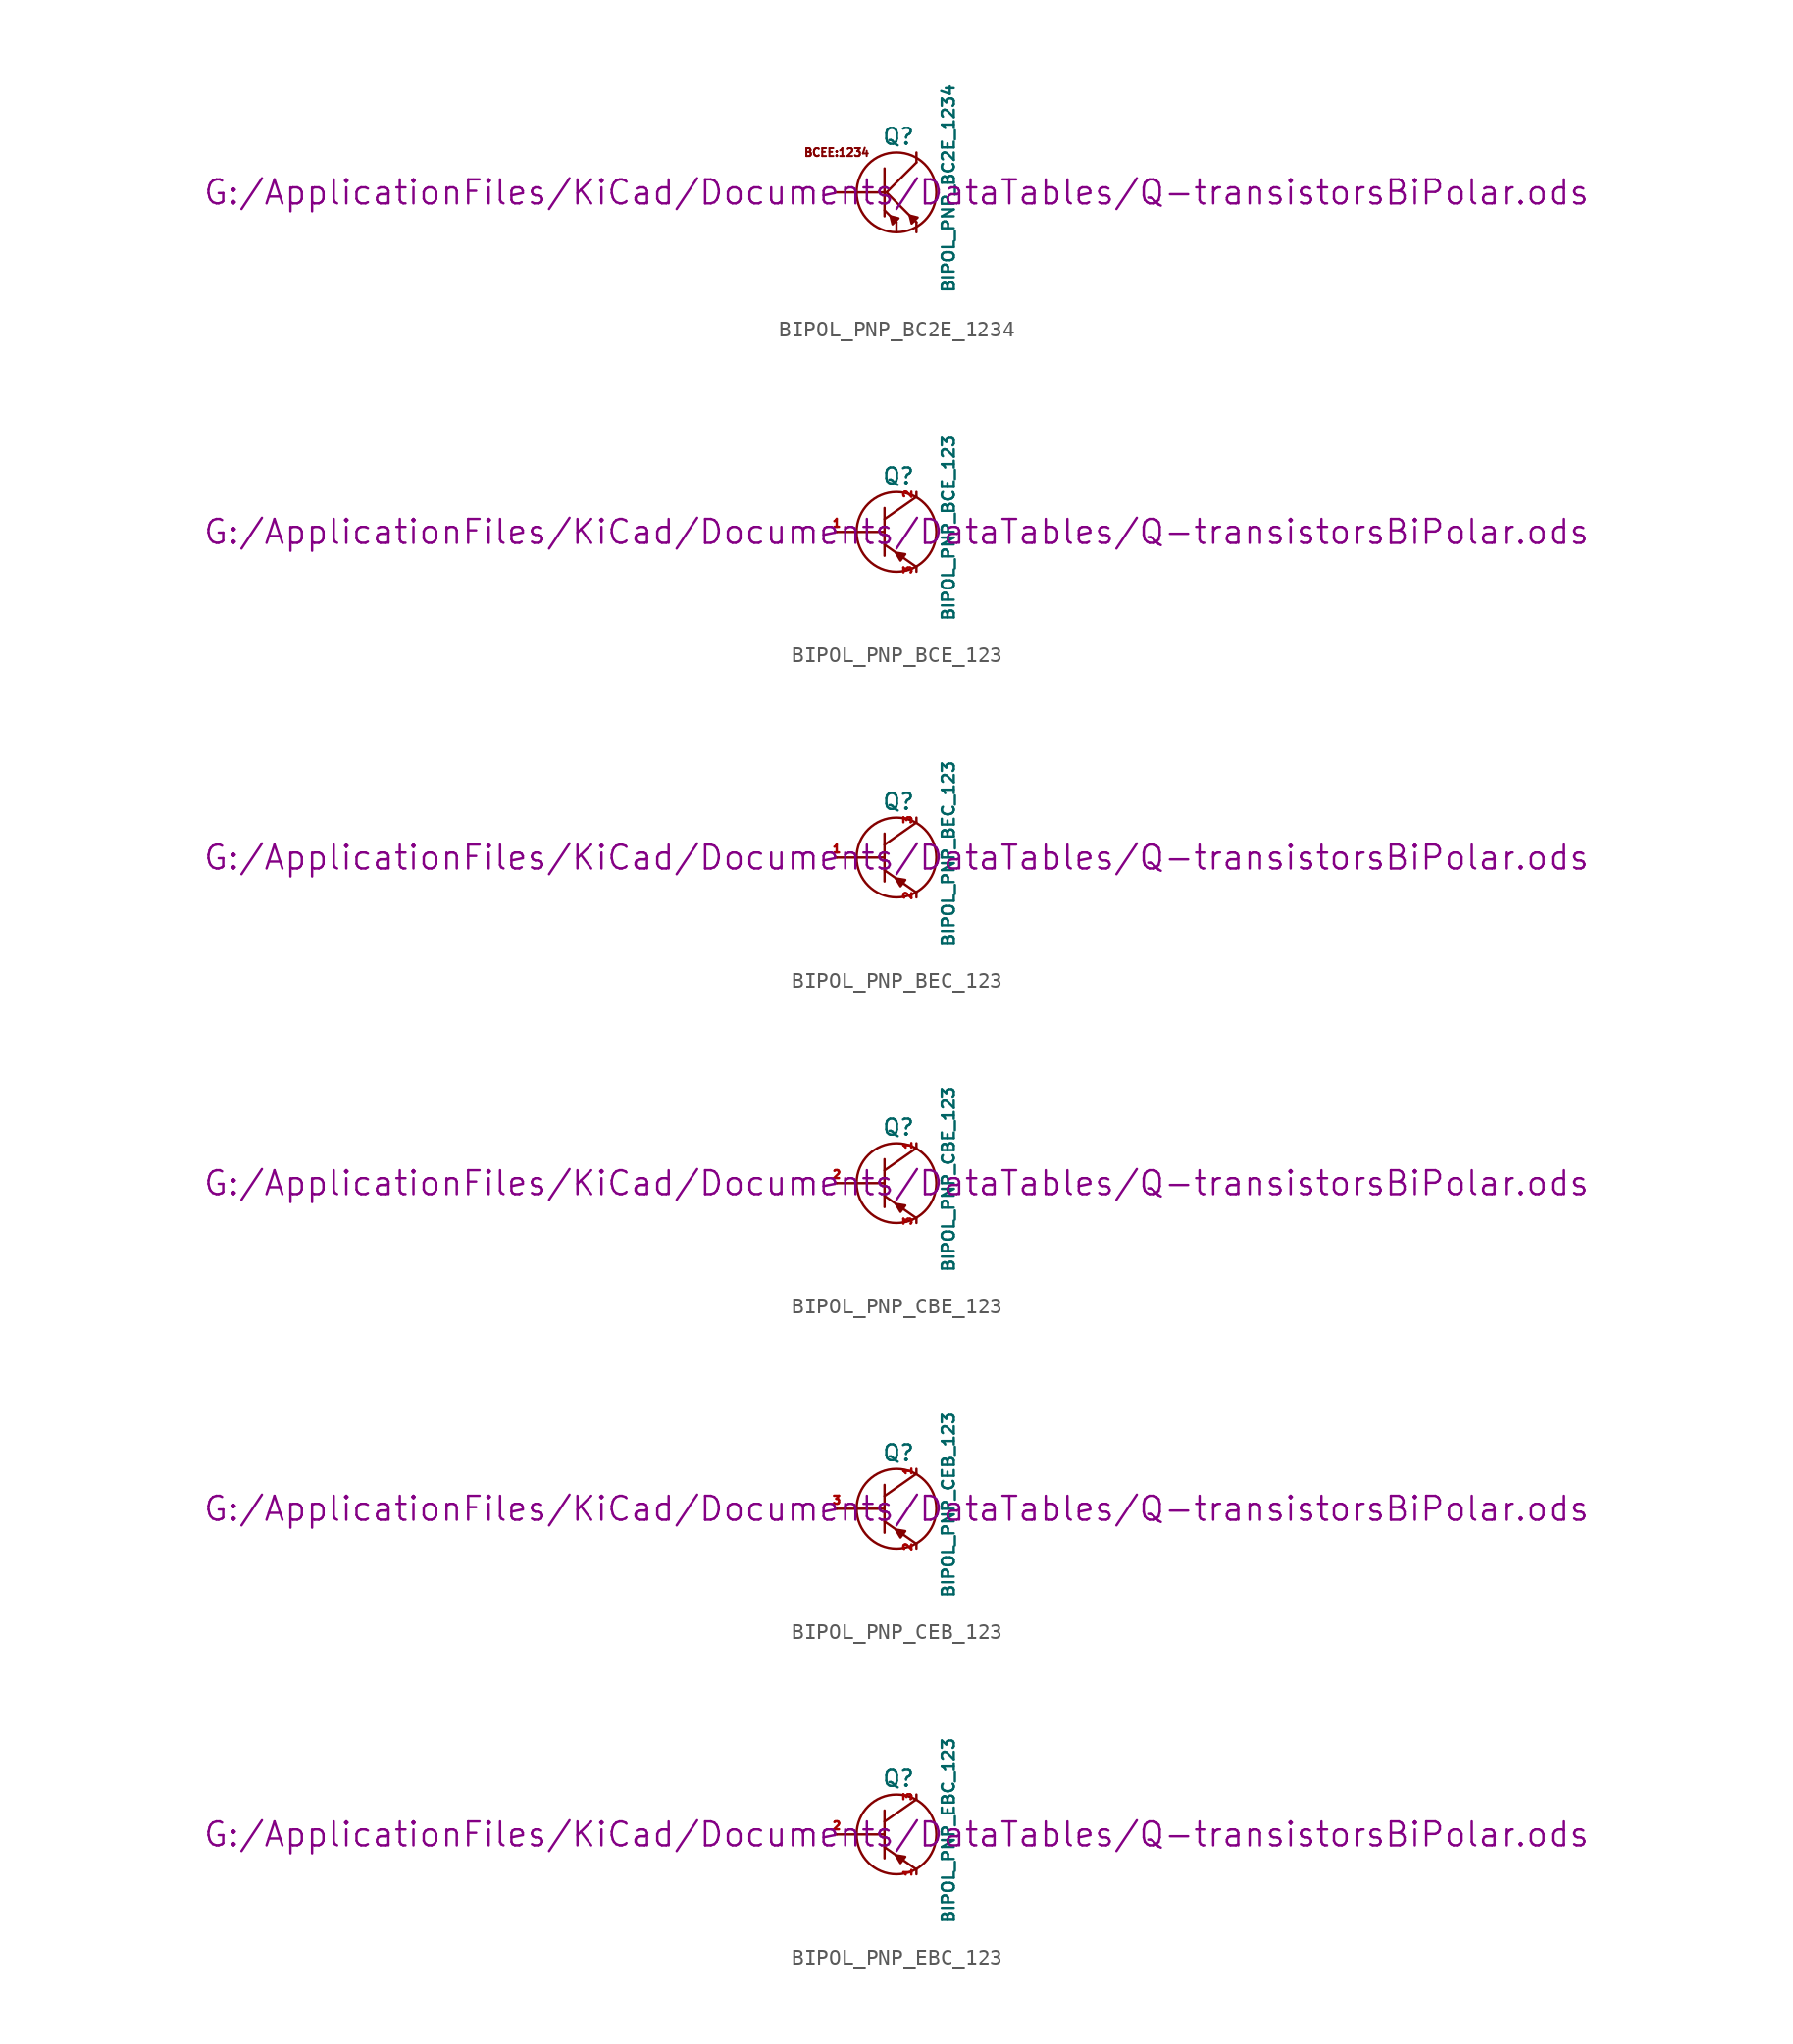
<source format=kicad_sym>
(kicad_symbol_lib
  (version 20211014)
  (generator kicad_symbol_editor)
  (symbol "BIPOL_PNP_BC2E_1234"
    (pin_numbers hide)
    (pin_names
      (offset 0) hide)
    (property "Reference" "Q"
      (at 0.127 3.556 0)
      (effects (font (size 1.016 1.016))))
    (property "Value" "BIPOL_PNP_BC2E_1234"
      (at 3.302 0.254 90)
      (effects (font (size 0.762 0.762))))
    (property "Footprint" ""
      (at 0 0 0)
      (effects (font (size 1.524 1.524))))
    (property "Datasheet" "G:/ApplicationFiles/KiCad/Documents/DataTables/Q-transistorsBiPolar.ods"
      (at 0 0 0)
      (effects (font (size 1.524 1.524))))
    (symbol "BIPOL_PNP_BC2E_1234_0_0"
      (text "BCEE:1234" (at -3.81 2.54 0) (effects (font (size 0.508 0.508)))))
    (symbol "BIPOL_PNP_BC2E_1234_0_1"
      (polyline (pts (xy -0.762 1.524) (xy -0.762 -1.524)) (stroke (width 0) (type default) (color 0 0 0 0)) (fill (type none)))
      (polyline (pts (xy -0.635 0) (xy 1.27 -1.905)) (stroke (width 0) (type default) (color 0 0 0 0)) (fill (type none)))
      (polyline (pts (xy 0 -1.905) (xy -0.762 -1.143)) (stroke (width 0) (type default) (color 0 0 0 0)) (fill (type none)))
      (polyline (pts (xy 1.27 1.905) (xy -0.635 0)) (stroke (width 0) (type default) (color 0 0 0 0)) (fill (type none)))
      (polyline (pts (xy -0.381 -1.524) (xy -0.254 -2.032) (xy 0.127 -1.651) (xy -0.381 -1.524)) (stroke (width 0) (type default) (color 0 0 0 0)) (fill (type outline)))
      (polyline (pts (xy 0.838 -1.473) (xy 0.965 -1.981) (xy 1.346 -1.6) (xy 0.838 -1.473)) (stroke (width 0) (type default) (color 0 0 0 0)) (fill (type outline)))
      (circle (center 0 0) (radius 2.54) (stroke (width 0) (type default) (color 0 0 0 0)) (fill (type none))))
    (symbol "BIPOL_PNP_BC2E_1234_1_1"
      (pin passive line (at -3.81 0 0) (length 3.175) (name "B" (effects (font (size 0.635 0.635)))) (number "1" (effects (font (size 0.635 0.635)))))
      (pin passive line (at 1.27 2.54 270) (length 0.635) (name "C" (effects (font (size 0.635 0.635)))) (number "2" (effects (font (size 0.635 0.635)))))
      (pin passive line (at 0 -2.54 90) (length 0.635) (name "E1" (effects (font (size 0.635 0.635)))) (number "3" (effects (font (size 0.635 0.635)))))
      (pin passive line (at 1.27 -2.54 90) (length 0.635) (name "E2" (effects (font (size 0.635 0.635)))) (number "4" (effects (font (size 0.635 0.635)))))))
  (symbol "BIPOL_PNP_BCE_123"
    (pin_names
      (offset 0) hide)
    (property "Reference" "Q"
      (at 0.127 3.556 0)
      (effects (font (size 1.016 1.016))))
    (property "Value" "BIPOL_PNP_BCE_123"
      (at 3.302 0.254 90)
      (effects (font (size 0.762 0.762))))
    (property "Footprint" ""
      (at 0 0 0)
      (effects (font (size 1.524 1.524))))
    (property "Datasheet" "G:/ApplicationFiles/KiCad/Documents/DataTables/Q-transistorsBiPolar.ods"
      (at 0 0 0)
      (effects (font (size 1.524 1.524))))
    (symbol "BIPOL_PNP_BCE_123_0_1"
      (polyline (pts (xy -3.81 0) (xy -0.762 0)) (stroke (width 0) (type default) (color 0 0 0 0)) (fill (type none)))
      (polyline (pts (xy -0.762 -0.813) (xy 1.27 -2.235)) (stroke (width 0) (type default) (color 0 0 0 0)) (fill (type none)))
      (polyline (pts (xy -0.762 0.813) (xy 1.27 2.235)) (stroke (width 0) (type default) (color 0 0 0 0)) (fill (type none)))
      (polyline (pts (xy -0.762 1.524) (xy -0.762 -1.524)) (stroke (width 0) (type default) (color 0 0 0 0)) (fill (type none)))
      (polyline (pts (xy -0.051 -1.321) (xy 0.254 -1.829) (xy 0.559 -1.422) (xy -0.051 -1.321)) (stroke (width 0) (type default) (color 0 0 0 0)) (fill (type outline)))
      (circle (center 0 0) (radius 2.54) (stroke (width 0) (type default) (color 0 0 0 0)) (fill (type none))))
    (symbol "BIPOL_PNP_BCE_123_1_1"
      (pin passive line (at -3.81 0 0) (length 0) (name "B" (effects (font (size 0.508 0.508)))) (number "1" (effects (font (size 0.508 0.508)))))
      (pin passive line (at 1.27 2.54 270) (length 0.254) (name "C" (effects (font (size 0.635 0.635)))) (number "2" (effects (font (size 0.508 0.508)))))
      (pin passive line (at 1.27 -2.54 90) (length 0.254) (name "E" (effects (font (size 0.635 0.635)))) (number "3" (effects (font (size 0.508 0.508)))))))
  (symbol "BIPOL_PNP_BEC_123"
    (pin_names
      (offset 0) hide)
    (property "Reference" "Q"
      (at 0.127 3.556 0)
      (effects (font (size 1.016 1.016))))
    (property "Value" "BIPOL_PNP_BEC_123"
      (at 3.302 0.254 90)
      (effects (font (size 0.762 0.762))))
    (property "Footprint" ""
      (at 0 0 0)
      (effects (font (size 1.524 1.524))))
    (property "Datasheet" "G:/ApplicationFiles/KiCad/Documents/DataTables/Q-transistorsBiPolar.ods"
      (at 0 0 0)
      (effects (font (size 1.524 1.524))))
    (symbol "BIPOL_PNP_BEC_123_0_1"
      (polyline (pts (xy -3.81 0) (xy -0.762 0)) (stroke (width 0) (type default) (color 0 0 0 0)) (fill (type none)))
      (polyline (pts (xy -0.762 -0.813) (xy 1.27 -2.235)) (stroke (width 0) (type default) (color 0 0 0 0)) (fill (type none)))
      (polyline (pts (xy -0.762 0.813) (xy 1.27 2.235)) (stroke (width 0) (type default) (color 0 0 0 0)) (fill (type none)))
      (polyline (pts (xy -0.762 1.524) (xy -0.762 -1.524)) (stroke (width 0) (type default) (color 0 0 0 0)) (fill (type none)))
      (polyline (pts (xy -0.051 -1.321) (xy 0.254 -1.829) (xy 0.559 -1.422) (xy -0.051 -1.321)) (stroke (width 0) (type default) (color 0 0 0 0)) (fill (type outline)))
      (circle (center 0 0) (radius 2.54) (stroke (width 0) (type default) (color 0 0 0 0)) (fill (type none))))
    (symbol "BIPOL_PNP_BEC_123_1_1"
      (pin passive line (at -3.81 0 0) (length 0) (name "B" (effects (font (size 0.508 0.508)))) (number "1" (effects (font (size 0.508 0.508)))))
      (pin passive line (at 1.27 -2.54 90) (length 0.254) (name "E" (effects (font (size 0.635 0.635)))) (number "2" (effects (font (size 0.508 0.508)))))
      (pin passive line (at 1.27 2.54 270) (length 0.254) (name "C" (effects (font (size 0.635 0.635)))) (number "3" (effects (font (size 0.508 0.508)))))))
  (symbol "BIPOL_PNP_CBE_123"
    (pin_names
      (offset 0) hide)
    (property "Reference" "Q"
      (at 0.127 3.556 0)
      (effects (font (size 1.016 1.016))))
    (property "Value" "BIPOL_PNP_CBE_123"
      (at 3.302 0.254 90)
      (effects (font (size 0.762 0.762))))
    (property "Footprint" ""
      (at 0 0 0)
      (effects (font (size 1.524 1.524))))
    (property "Datasheet" "G:/ApplicationFiles/KiCad/Documents/DataTables/Q-transistorsBiPolar.ods"
      (at 0 0 0)
      (effects (font (size 1.524 1.524))))
    (symbol "BIPOL_PNP_CBE_123_0_1"
      (polyline (pts (xy -3.81 0) (xy -0.762 0)) (stroke (width 0) (type default) (color 0 0 0 0)) (fill (type none)))
      (polyline (pts (xy -0.762 -0.813) (xy 1.27 -2.235)) (stroke (width 0) (type default) (color 0 0 0 0)) (fill (type none)))
      (polyline (pts (xy -0.762 0.813) (xy 1.27 2.235)) (stroke (width 0) (type default) (color 0 0 0 0)) (fill (type none)))
      (polyline (pts (xy -0.762 1.524) (xy -0.762 -1.524)) (stroke (width 0) (type default) (color 0 0 0 0)) (fill (type none)))
      (polyline (pts (xy -0.051 -1.321) (xy 0.254 -1.829) (xy 0.559 -1.422) (xy -0.051 -1.321)) (stroke (width 0) (type default) (color 0 0 0 0)) (fill (type outline)))
      (circle (center 0 0) (radius 2.54) (stroke (width 0) (type default) (color 0 0 0 0)) (fill (type none))))
    (symbol "BIPOL_PNP_CBE_123_1_1"
      (pin passive line (at 1.27 2.54 270) (length 0.254) (name "C" (effects (font (size 0.635 0.635)))) (number "1" (effects (font (size 0.508 0.508)))))
      (pin passive line (at -3.81 0 0) (length 0) (name "B" (effects (font (size 0.508 0.508)))) (number "2" (effects (font (size 0.508 0.508)))))
      (pin passive line (at 1.27 -2.54 90) (length 0.254) (name "E" (effects (font (size 0.635 0.635)))) (number "3" (effects (font (size 0.508 0.508)))))))
  (symbol "BIPOL_PNP_CEB_123"
    (pin_names
      (offset 0) hide)
    (property "Reference" "Q"
      (at 0.127 3.556 0)
      (effects (font (size 1.016 1.016))))
    (property "Value" "BIPOL_PNP_CEB_123"
      (at 3.302 0.254 90)
      (effects (font (size 0.762 0.762))))
    (property "Footprint" ""
      (at 0 0 0)
      (effects (font (size 1.524 1.524))))
    (property "Datasheet" "G:/ApplicationFiles/KiCad/Documents/DataTables/Q-transistorsBiPolar.ods"
      (at 0 0 0)
      (effects (font (size 1.524 1.524))))
    (symbol "BIPOL_PNP_CEB_123_0_1"
      (polyline (pts (xy -3.81 0) (xy -0.762 0)) (stroke (width 0) (type default) (color 0 0 0 0)) (fill (type none)))
      (polyline (pts (xy -0.762 -0.813) (xy 1.27 -2.235)) (stroke (width 0) (type default) (color 0 0 0 0)) (fill (type none)))
      (polyline (pts (xy -0.762 0.813) (xy 1.27 2.235)) (stroke (width 0) (type default) (color 0 0 0 0)) (fill (type none)))
      (polyline (pts (xy -0.762 1.524) (xy -0.762 -1.524)) (stroke (width 0) (type default) (color 0 0 0 0)) (fill (type none)))
      (polyline (pts (xy -0.051 -1.321) (xy 0.254 -1.829) (xy 0.559 -1.422) (xy -0.051 -1.321)) (stroke (width 0) (type default) (color 0 0 0 0)) (fill (type outline)))
      (circle (center 0 0) (radius 2.54) (stroke (width 0) (type default) (color 0 0 0 0)) (fill (type none))))
    (symbol "BIPOL_PNP_CEB_123_1_1"
      (pin passive line (at 1.27 2.54 270) (length 0.254) (name "C" (effects (font (size 0.635 0.635)))) (number "1" (effects (font (size 0.508 0.508)))))
      (pin passive line (at 1.27 -2.54 90) (length 0.254) (name "E" (effects (font (size 0.635 0.635)))) (number "2" (effects (font (size 0.508 0.508)))))
      (pin passive line (at -3.81 0 0) (length 0) (name "B" (effects (font (size 0.508 0.508)))) (number "3" (effects (font (size 0.508 0.508)))))))
  (symbol "BIPOL_PNP_EBC_123"
    (pin_names
      (offset 0) hide)
    (property "Reference" "Q"
      (at 0.127 3.556 0)
      (effects (font (size 1.016 1.016))))
    (property "Value" "BIPOL_PNP_EBC_123"
      (at 3.302 0.254 90)
      (effects (font (size 0.762 0.762))))
    (property "Footprint" ""
      (at 0 0 0)
      (effects (font (size 1.524 1.524))))
    (property "Datasheet" "G:/ApplicationFiles/KiCad/Documents/DataTables/Q-transistorsBiPolar.ods"
      (at 0 0 0)
      (effects (font (size 1.524 1.524))))
    (symbol "BIPOL_PNP_EBC_123_0_1"
      (polyline (pts (xy -3.81 0) (xy -0.762 0)) (stroke (width 0) (type default) (color 0 0 0 0)) (fill (type none)))
      (polyline (pts (xy -0.762 -0.813) (xy 1.27 -2.235)) (stroke (width 0) (type default) (color 0 0 0 0)) (fill (type none)))
      (polyline (pts (xy -0.762 0.813) (xy 1.27 2.235)) (stroke (width 0) (type default) (color 0 0 0 0)) (fill (type none)))
      (polyline (pts (xy -0.762 1.524) (xy -0.762 -1.524)) (stroke (width 0) (type default) (color 0 0 0 0)) (fill (type none)))
      (polyline (pts (xy -0.051 -1.321) (xy 0.254 -1.829) (xy 0.559 -1.422) (xy -0.051 -1.321)) (stroke (width 0) (type default) (color 0 0 0 0)) (fill (type outline)))
      (circle (center 0 0) (radius 2.54) (stroke (width 0) (type default) (color 0 0 0 0)) (fill (type none))))
    (symbol "BIPOL_PNP_EBC_123_1_1"
      (pin passive line (at 1.27 -2.54 90) (length 0.254) (name "E" (effects (font (size 0.635 0.635)))) (number "1" (effects (font (size 0.508 0.508)))))
      (pin passive line (at -3.81 0 0) (length 0) (name "B" (effects (font (size 0.508 0.508)))) (number "2" (effects (font (size 0.508 0.508)))))
      (pin passive line (at 1.27 2.54 270) (length 0.254) (name "C" (effects (font (size 0.635 0.635)))) (number "3" (effects (font (size 0.508 0.508))))))))
</source>
